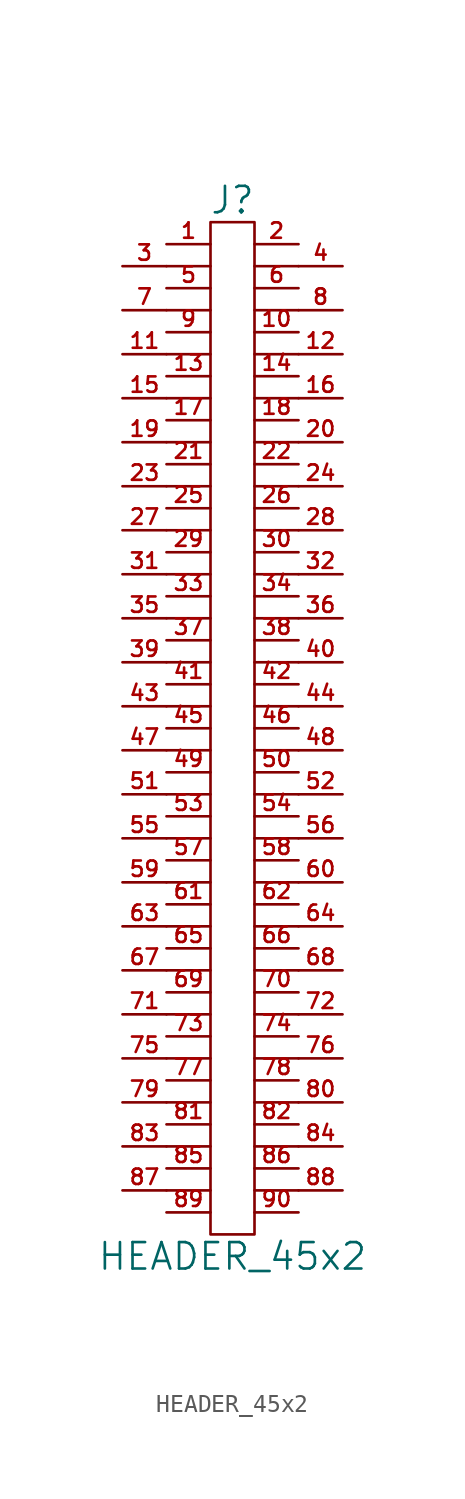
<source format=kicad_sym>
(kicad_symbol_lib
  (version 20220914)
  (generator kicad_symbol_editor)
  (symbol "HEADER_45x2"
    (pin_names
      (offset 0))
    (property "Reference" "J"
      (at 0 30.48 0)
      (effects (font (size 1.524 1.524))))
    (property "Value" "HEADER_45x2"
      (at 0 -30.48 0)
      (effects (font (size 1.524 1.524))))
    (property "Footprint" ""
      (at 0 3.81 0)
      (effects (font (size 1.524 1.524))))
    (property "Datasheet" ""
      (at 0 0 0)
      (effects (font (size 1.524 1.524))))
    (symbol "HEADER_45x2_0_1"
      (polyline (pts (xy -3.81 -26.67) (xy -1.27 -26.67)) (stroke (width 0) (type solid)) (fill (type none)))
      (polyline (pts (xy -3.81 -24.13) (xy -1.27 -24.13)) (stroke (width 0) (type solid)) (fill (type none)))
      (polyline (pts (xy -3.81 -21.59) (xy -1.27 -21.59)) (stroke (width 0) (type solid)) (fill (type none)))
      (polyline (pts (xy -3.81 -19.05) (xy -1.27 -19.05)) (stroke (width 0) (type solid)) (fill (type none)))
      (polyline (pts (xy -3.81 -16.51) (xy -1.27 -16.51)) (stroke (width 0) (type solid)) (fill (type none)))
      (polyline (pts (xy -3.81 -13.97) (xy -1.27 -13.97)) (stroke (width 0) (type solid)) (fill (type none)))
      (polyline (pts (xy -3.81 -11.43) (xy -1.27 -11.43)) (stroke (width 0) (type solid)) (fill (type none)))
      (polyline (pts (xy -3.81 -8.89) (xy -1.27 -8.89)) (stroke (width 0) (type solid)) (fill (type none)))
      (polyline (pts (xy -3.81 -6.35) (xy -1.27 -6.35)) (stroke (width 0) (type solid)) (fill (type none)))
      (polyline (pts (xy -3.81 -3.81) (xy -1.27 -3.81)) (stroke (width 0) (type solid)) (fill (type none)))
      (polyline (pts (xy -3.81 -1.27) (xy -1.27 -1.27)) (stroke (width 0) (type solid)) (fill (type none)))
      (polyline (pts (xy -3.81 1.27) (xy -1.27 1.27)) (stroke (width 0) (type solid)) (fill (type none)))
      (polyline (pts (xy -3.81 3.81) (xy -1.27 3.81)) (stroke (width 0) (type solid)) (fill (type none)))
      (polyline (pts (xy -3.81 6.35) (xy -1.27 6.35)) (stroke (width 0) (type solid)) (fill (type none)))
      (polyline (pts (xy -3.81 8.89) (xy -1.27 8.89)) (stroke (width 0) (type solid)) (fill (type none)))
      (polyline (pts (xy -3.81 11.43) (xy -1.27 11.43)) (stroke (width 0) (type solid)) (fill (type none)))
      (polyline (pts (xy -3.81 13.97) (xy -1.27 13.97)) (stroke (width 0) (type solid)) (fill (type none)))
      (polyline (pts (xy -3.81 16.51) (xy -1.27 16.51)) (stroke (width 0) (type solid)) (fill (type none)))
      (polyline (pts (xy -3.81 19.05) (xy -1.27 19.05)) (stroke (width 0) (type solid)) (fill (type none)))
      (polyline (pts (xy -3.81 21.59) (xy -1.27 21.59)) (stroke (width 0) (type solid)) (fill (type none)))
      (polyline (pts (xy -3.81 24.13) (xy -1.27 24.13)) (stroke (width 0) (type solid)) (fill (type none)))
      (polyline (pts (xy -3.81 26.67) (xy -1.27 26.67)) (stroke (width 0) (type solid)) (fill (type none)))
      (polyline (pts (xy 1.27 -26.67) (xy 3.81 -26.67)) (stroke (width 0) (type solid)) (fill (type none)))
      (polyline (pts (xy 1.27 -24.13) (xy 3.81 -24.13)) (stroke (width 0) (type solid)) (fill (type none)))
      (polyline (pts (xy 1.27 -21.59) (xy 3.81 -21.59)) (stroke (width 0) (type solid)) (fill (type none)))
      (polyline (pts (xy 1.27 -19.05) (xy 3.81 -19.05)) (stroke (width 0) (type solid)) (fill (type none)))
      (polyline (pts (xy 1.27 -16.51) (xy 3.81 -16.51)) (stroke (width 0) (type solid)) (fill (type none)))
      (polyline (pts (xy 1.27 -13.97) (xy 3.81 -13.97)) (stroke (width 0) (type solid)) (fill (type none)))
      (polyline (pts (xy 1.27 -11.43) (xy 3.81 -11.43)) (stroke (width 0) (type solid)) (fill (type none)))
      (polyline (pts (xy 1.27 -8.89) (xy 3.81 -8.89)) (stroke (width 0) (type solid)) (fill (type none)))
      (polyline (pts (xy 1.27 -6.35) (xy 3.81 -6.35)) (stroke (width 0) (type solid)) (fill (type none)))
      (polyline (pts (xy 1.27 -3.81) (xy 3.81 -3.81)) (stroke (width 0) (type solid)) (fill (type none)))
      (polyline (pts (xy 1.27 -1.27) (xy 3.81 -1.27)) (stroke (width 0) (type solid)) (fill (type none)))
      (polyline (pts (xy 1.27 1.27) (xy 3.81 1.27)) (stroke (width 0) (type solid)) (fill (type none)))
      (polyline (pts (xy 1.27 3.81) (xy 3.81 3.81)) (stroke (width 0) (type solid)) (fill (type none)))
      (polyline (pts (xy 1.27 6.35) (xy 3.81 6.35)) (stroke (width 0) (type solid)) (fill (type none)))
      (polyline (pts (xy 1.27 8.89) (xy 3.81 8.89)) (stroke (width 0) (type solid)) (fill (type none)))
      (polyline (pts (xy 1.27 11.43) (xy 3.81 11.43)) (stroke (width 0) (type solid)) (fill (type none)))
      (polyline (pts (xy 1.27 13.97) (xy 3.81 13.97)) (stroke (width 0) (type solid)) (fill (type none)))
      (polyline (pts (xy 1.27 16.51) (xy 3.81 16.51)) (stroke (width 0) (type solid)) (fill (type none)))
      (polyline (pts (xy 1.27 19.05) (xy 3.81 19.05)) (stroke (width 0) (type solid)) (fill (type none)))
      (polyline (pts (xy 1.27 21.59) (xy 3.81 21.59)) (stroke (width 0) (type solid)) (fill (type none)))
      (polyline (pts (xy 1.27 24.13) (xy 3.81 24.13)) (stroke (width 0) (type solid)) (fill (type none)))
      (polyline (pts (xy 1.27 26.67) (xy 3.81 26.67)) (stroke (width 0) (type solid)) (fill (type none)))
      (rectangle (start 1.27 -29.21) (end -1.27 29.21) (stroke (width 0) (type solid)) (fill (type none))))
    (symbol "HEADER_45x2_1_1"
      (pin passive line (at -3.81 27.94 0) (length 2.54) (name "~" (effects (font (size 1.27 1.27)))) (number "1" (effects (font (size 0.889 0.889)))))
      (pin passive line (at 3.81 22.86 180) (length 2.54) (name "~" (effects (font (size 1.27 1.27)))) (number "10" (effects (font (size 0.889 0.889)))))
      (pin passive line (at -6.35 21.59 0) (length 2.54) (name "~" (effects (font (size 1.27 1.27)))) (number "11" (effects (font (size 0.889 0.889)))))
      (pin passive line (at 6.35 21.59 180) (length 2.54) (name "~" (effects (font (size 1.27 1.27)))) (number "12" (effects (font (size 0.889 0.889)))))
      (pin passive line (at -3.81 20.32 0) (length 2.54) (name "~" (effects (font (size 1.27 1.27)))) (number "13" (effects (font (size 0.889 0.889)))))
      (pin passive line (at 3.81 20.32 180) (length 2.54) (name "~" (effects (font (size 1.27 1.27)))) (number "14" (effects (font (size 0.889 0.889)))))
      (pin passive line (at -6.35 19.05 0) (length 2.54) (name "~" (effects (font (size 1.27 1.27)))) (number "15" (effects (font (size 0.889 0.889)))))
      (pin passive line (at 6.35 19.05 180) (length 2.54) (name "~" (effects (font (size 1.27 1.27)))) (number "16" (effects (font (size 0.889 0.889)))))
      (pin passive line (at -3.81 17.78 0) (length 2.54) (name "~" (effects (font (size 1.27 1.27)))) (number "17" (effects (font (size 0.889 0.889)))))
      (pin passive line (at 3.81 17.78 180) (length 2.54) (name "~" (effects (font (size 1.27 1.27)))) (number "18" (effects (font (size 0.889 0.889)))))
      (pin passive line (at -6.35 16.51 0) (length 2.54) (name "~" (effects (font (size 1.27 1.27)))) (number "19" (effects (font (size 0.889 0.889)))))
      (pin passive line (at 3.81 27.94 180) (length 2.54) (name "~" (effects (font (size 1.27 1.27)))) (number "2" (effects (font (size 0.889 0.889)))))
      (pin passive line (at 6.35 16.51 180) (length 2.54) (name "~" (effects (font (size 1.27 1.27)))) (number "20" (effects (font (size 0.889 0.889)))))
      (pin passive line (at -3.81 15.24 0) (length 2.54) (name "~" (effects (font (size 1.27 1.27)))) (number "21" (effects (font (size 0.889 0.889)))))
      (pin passive line (at 3.81 15.24 180) (length 2.54) (name "~" (effects (font (size 1.27 1.27)))) (number "22" (effects (font (size 0.889 0.889)))))
      (pin passive line (at -6.35 13.97 0) (length 2.54) (name "~" (effects (font (size 1.27 1.27)))) (number "23" (effects (font (size 0.889 0.889)))))
      (pin passive line (at 6.35 13.97 180) (length 2.54) (name "~" (effects (font (size 1.27 1.27)))) (number "24" (effects (font (size 0.889 0.889)))))
      (pin passive line (at -3.81 12.7 0) (length 2.54) (name "~" (effects (font (size 1.27 1.27)))) (number "25" (effects (font (size 0.889 0.889)))))
      (pin passive line (at 3.81 12.7 180) (length 2.54) (name "~" (effects (font (size 1.27 1.27)))) (number "26" (effects (font (size 0.889 0.889)))))
      (pin passive line (at -6.35 11.43 0) (length 2.54) (name "~" (effects (font (size 1.27 1.27)))) (number "27" (effects (font (size 0.889 0.889)))))
      (pin passive line (at 6.35 11.43 180) (length 2.54) (name "~" (effects (font (size 1.27 1.27)))) (number "28" (effects (font (size 0.889 0.889)))))
      (pin passive line (at -3.81 10.16 0) (length 2.54) (name "~" (effects (font (size 1.27 1.27)))) (number "29" (effects (font (size 0.889 0.889)))))
      (pin passive line (at -6.35 26.67 0) (length 2.54) (name "~" (effects (font (size 1.27 1.27)))) (number "3" (effects (font (size 0.889 0.889)))))
      (pin passive line (at 3.81 10.16 180) (length 2.54) (name "~" (effects (font (size 1.27 1.27)))) (number "30" (effects (font (size 0.889 0.889)))))
      (pin passive line (at -6.35 8.89 0) (length 2.54) (name "~" (effects (font (size 1.27 1.27)))) (number "31" (effects (font (size 0.889 0.889)))))
      (pin passive line (at 6.35 8.89 180) (length 2.54) (name "~" (effects (font (size 1.27 1.27)))) (number "32" (effects (font (size 0.889 0.889)))))
      (pin passive line (at -3.81 7.62 0) (length 2.54) (name "~" (effects (font (size 1.27 1.27)))) (number "33" (effects (font (size 0.889 0.889)))))
      (pin passive line (at 3.81 7.62 180) (length 2.54) (name "~" (effects (font (size 1.27 1.27)))) (number "34" (effects (font (size 0.889 0.889)))))
      (pin passive line (at -6.35 6.35 0) (length 2.54) (name "~" (effects (font (size 1.27 1.27)))) (number "35" (effects (font (size 0.889 0.889)))))
      (pin passive line (at 6.35 6.35 180) (length 2.54) (name "~" (effects (font (size 1.27 1.27)))) (number "36" (effects (font (size 0.889 0.889)))))
      (pin passive line (at -3.81 5.08 0) (length 2.54) (name "~" (effects (font (size 0.889 0.889)))) (number "37" (effects (font (size 0.889 0.889)))))
      (pin passive line (at 3.81 5.08 180) (length 2.54) (name "~" (effects (font (size 1.27 1.27)))) (number "38" (effects (font (size 0.889 0.889)))))
      (pin passive line (at -6.35 3.81 0) (length 2.54) (name "~" (effects (font (size 1.27 1.27)))) (number "39" (effects (font (size 0.889 0.889)))))
      (pin passive line (at 6.35 26.67 180) (length 2.54) (name "~" (effects (font (size 1.27 1.27)))) (number "4" (effects (font (size 0.889 0.889)))))
      (pin passive line (at 6.35 3.81 180) (length 2.54) (name "~" (effects (font (size 1.27 1.27)))) (number "40" (effects (font (size 0.889 0.889)))))
      (pin passive line (at -3.81 2.54 0) (length 2.54) (name "~" (effects (font (size 1.27 1.27)))) (number "41" (effects (font (size 0.889 0.889)))))
      (pin passive line (at 3.81 2.54 180) (length 2.54) (name "~" (effects (font (size 1.27 1.27)))) (number "42" (effects (font (size 0.889 0.889)))))
      (pin passive line (at -6.35 1.27 0) (length 2.54) (name "~" (effects (font (size 1.27 1.27)))) (number "43" (effects (font (size 0.889 0.889)))))
      (pin passive line (at 6.35 1.27 180) (length 2.54) (name "~" (effects (font (size 1.27 1.27)))) (number "44" (effects (font (size 0.889 0.889)))))
      (pin passive line (at -3.81 0 0) (length 2.54) (name "~" (effects (font (size 1.27 1.27)))) (number "45" (effects (font (size 0.889 0.889)))))
      (pin passive line (at 3.81 0 180) (length 2.54) (name "~" (effects (font (size 1.27 1.27)))) (number "46" (effects (font (size 0.889 0.889)))))
      (pin passive line (at -6.35 -1.27 0) (length 2.54) (name "~" (effects (font (size 1.27 1.27)))) (number "47" (effects (font (size 0.889 0.889)))))
      (pin passive line (at 6.35 -1.27 180) (length 2.54) (name "~" (effects (font (size 1.27 1.27)))) (number "48" (effects (font (size 0.889 0.889)))))
      (pin passive line (at -3.81 -2.54 0) (length 2.54) (name "~" (effects (font (size 1.27 1.27)))) (number "49" (effects (font (size 0.889 0.889)))))
      (pin passive line (at -3.81 25.4 0) (length 2.54) (name "~" (effects (font (size 1.27 1.27)))) (number "5" (effects (font (size 0.889 0.889)))))
      (pin passive line (at 3.81 -2.54 180) (length 2.54) (name "~" (effects (font (size 1.27 1.27)))) (number "50" (effects (font (size 0.889 0.889)))))
      (pin passive line (at -6.35 -3.81 0) (length 2.54) (name "~" (effects (font (size 1.27 1.27)))) (number "51" (effects (font (size 0.889 0.889)))))
      (pin passive line (at 6.35 -3.81 180) (length 2.54) (name "~" (effects (font (size 1.27 1.27)))) (number "52" (effects (font (size 0.889 0.889)))))
      (pin passive line (at -3.81 -5.08 0) (length 2.54) (name "~" (effects (font (size 1.27 1.27)))) (number "53" (effects (font (size 0.889 0.889)))))
      (pin passive line (at 3.81 -5.08 180) (length 2.54) (name "~" (effects (font (size 1.27 1.27)))) (number "54" (effects (font (size 0.889 0.889)))))
      (pin passive line (at -6.35 -6.35 0) (length 2.54) (name "~" (effects (font (size 1.27 1.27)))) (number "55" (effects (font (size 0.889 0.889)))))
      (pin passive line (at 6.35 -6.35 180) (length 2.54) (name "~" (effects (font (size 1.27 1.27)))) (number "56" (effects (font (size 0.889 0.889)))))
      (pin passive line (at -3.81 -7.62 0) (length 2.54) (name "~" (effects (font (size 1.27 1.27)))) (number "57" (effects (font (size 0.889 0.889)))))
      (pin passive line (at 3.81 -7.62 180) (length 2.54) (name "~" (effects (font (size 1.27 1.27)))) (number "58" (effects (font (size 0.889 0.889)))))
      (pin passive line (at -6.35 -8.89 0) (length 2.54) (name "~" (effects (font (size 1.27 1.27)))) (number "59" (effects (font (size 0.889 0.889)))))
      (pin passive line (at 3.81 25.4 180) (length 2.54) (name "~" (effects (font (size 1.27 1.27)))) (number "6" (effects (font (size 0.889 0.889)))))
      (pin passive line (at 6.35 -8.89 180) (length 2.54) (name "~" (effects (font (size 1.27 1.27)))) (number "60" (effects (font (size 0.889 0.889)))))
      (pin passive line (at -3.81 -10.16 0) (length 2.54) (name "~" (effects (font (size 1.27 1.27)))) (number "61" (effects (font (size 0.889 0.889)))))
      (pin passive line (at 3.81 -10.16 180) (length 2.54) (name "~" (effects (font (size 1.27 1.27)))) (number "62" (effects (font (size 0.889 0.889)))))
      (pin passive line (at -6.35 -11.43 0) (length 2.54) (name "~" (effects (font (size 1.27 1.27)))) (number "63" (effects (font (size 0.889 0.889)))))
      (pin passive line (at 6.35 -11.43 180) (length 2.54) (name "~" (effects (font (size 1.27 1.27)))) (number "64" (effects (font (size 0.889 0.889)))))
      (pin passive line (at -3.81 -12.7 0) (length 2.54) (name "~" (effects (font (size 1.27 1.27)))) (number "65" (effects (font (size 0.889 0.889)))))
      (pin passive line (at 3.81 -12.7 180) (length 2.54) (name "~" (effects (font (size 1.27 1.27)))) (number "66" (effects (font (size 0.889 0.889)))))
      (pin passive line (at -6.35 -13.97 0) (length 2.54) (name "~" (effects (font (size 1.27 1.27)))) (number "67" (effects (font (size 0.889 0.889)))))
      (pin passive line (at 6.35 -13.97 180) (length 2.54) (name "~" (effects (font (size 1.27 1.27)))) (number "68" (effects (font (size 0.889 0.889)))))
      (pin passive line (at -3.81 -15.24 0) (length 2.54) (name "~" (effects (font (size 1.27 1.27)))) (number "69" (effects (font (size 0.889 0.889)))))
      (pin passive line (at -6.35 24.13 0) (length 2.54) (name "~" (effects (font (size 1.27 1.27)))) (number "7" (effects (font (size 0.889 0.889)))))
      (pin passive line (at 3.81 -15.24 180) (length 2.54) (name "~" (effects (font (size 1.27 1.27)))) (number "70" (effects (font (size 0.889 0.889)))))
      (pin passive line (at -6.35 -16.51 0) (length 2.54) (name "~" (effects (font (size 1.27 1.27)))) (number "71" (effects (font (size 0.889 0.889)))))
      (pin passive line (at 6.35 -16.51 180) (length 2.54) (name "~" (effects (font (size 1.27 1.27)))) (number "72" (effects (font (size 0.889 0.889)))))
      (pin passive line (at -3.81 -17.78 0) (length 2.54) (name "~" (effects (font (size 1.27 1.27)))) (number "73" (effects (font (size 0.889 0.889)))))
      (pin passive line (at 3.81 -17.78 180) (length 2.54) (name "~" (effects (font (size 1.27 1.27)))) (number "74" (effects (font (size 0.889 0.889)))))
      (pin passive line (at -6.35 -19.05 0) (length 2.54) (name "~" (effects (font (size 1.27 1.27)))) (number "75" (effects (font (size 0.889 0.889)))))
      (pin passive line (at 6.35 -19.05 180) (length 2.54) (name "~" (effects (font (size 1.27 1.27)))) (number "76" (effects (font (size 0.889 0.889)))))
      (pin passive line (at -3.81 -20.32 0) (length 2.54) (name "~" (effects (font (size 1.27 1.27)))) (number "77" (effects (font (size 0.889 0.889)))))
      (pin passive line (at 3.81 -20.32 180) (length 2.54) (name "~" (effects (font (size 1.27 1.27)))) (number "78" (effects (font (size 0.889 0.889)))))
      (pin passive line (at -6.35 -21.59 0) (length 2.54) (name "~" (effects (font (size 1.27 1.27)))) (number "79" (effects (font (size 0.889 0.889)))))
      (pin passive line (at 6.35 24.13 180) (length 2.54) (name "~" (effects (font (size 1.27 1.27)))) (number "8" (effects (font (size 0.889 0.889)))))
      (pin passive line (at 6.35 -21.59 180) (length 2.54) (name "~" (effects (font (size 1.27 1.27)))) (number "80" (effects (font (size 0.889 0.889)))))
      (pin passive line (at -3.81 -22.86 0) (length 2.54) (name "~" (effects (font (size 1.27 1.27)))) (number "81" (effects (font (size 0.889 0.889)))))
      (pin passive line (at 3.81 -22.86 180) (length 2.54) (name "~" (effects (font (size 1.27 1.27)))) (number "82" (effects (font (size 0.889 0.889)))))
      (pin passive line (at -6.35 -24.13 0) (length 2.54) (name "~" (effects (font (size 1.27 1.27)))) (number "83" (effects (font (size 0.889 0.889)))))
      (pin passive line (at 6.35 -24.13 180) (length 2.54) (name "~" (effects (font (size 1.27 1.27)))) (number "84" (effects (font (size 0.889 0.889)))))
      (pin passive line (at -3.81 -25.4 0) (length 2.54) (name "~" (effects (font (size 1.27 1.27)))) (number "85" (effects (font (size 0.889 0.889)))))
      (pin passive line (at 3.81 -25.4 180) (length 2.54) (name "~" (effects (font (size 1.27 1.27)))) (number "86" (effects (font (size 0.889 0.889)))))
      (pin passive line (at -6.35 -26.67 0) (length 2.54) (name "~" (effects (font (size 1.27 1.27)))) (number "87" (effects (font (size 0.889 0.889)))))
      (pin passive line (at 6.35 -26.67 180) (length 2.54) (name "~" (effects (font (size 1.27 1.27)))) (number "88" (effects (font (size 0.889 0.889)))))
      (pin passive line (at -3.81 -27.94 0) (length 2.54) (name "~" (effects (font (size 1.27 1.27)))) (number "89" (effects (font (size 0.889 0.889)))))
      (pin passive line (at -3.81 22.86 0) (length 2.54) (name "~" (effects (font (size 1.27 1.27)))) (number "9" (effects (font (size 0.889 0.889)))))
      (pin passive line (at 3.81 -27.94 180) (length 2.54) (name "~" (effects (font (size 1.27 1.27)))) (number "90" (effects (font (size 0.889 0.889))))))))
</source>
